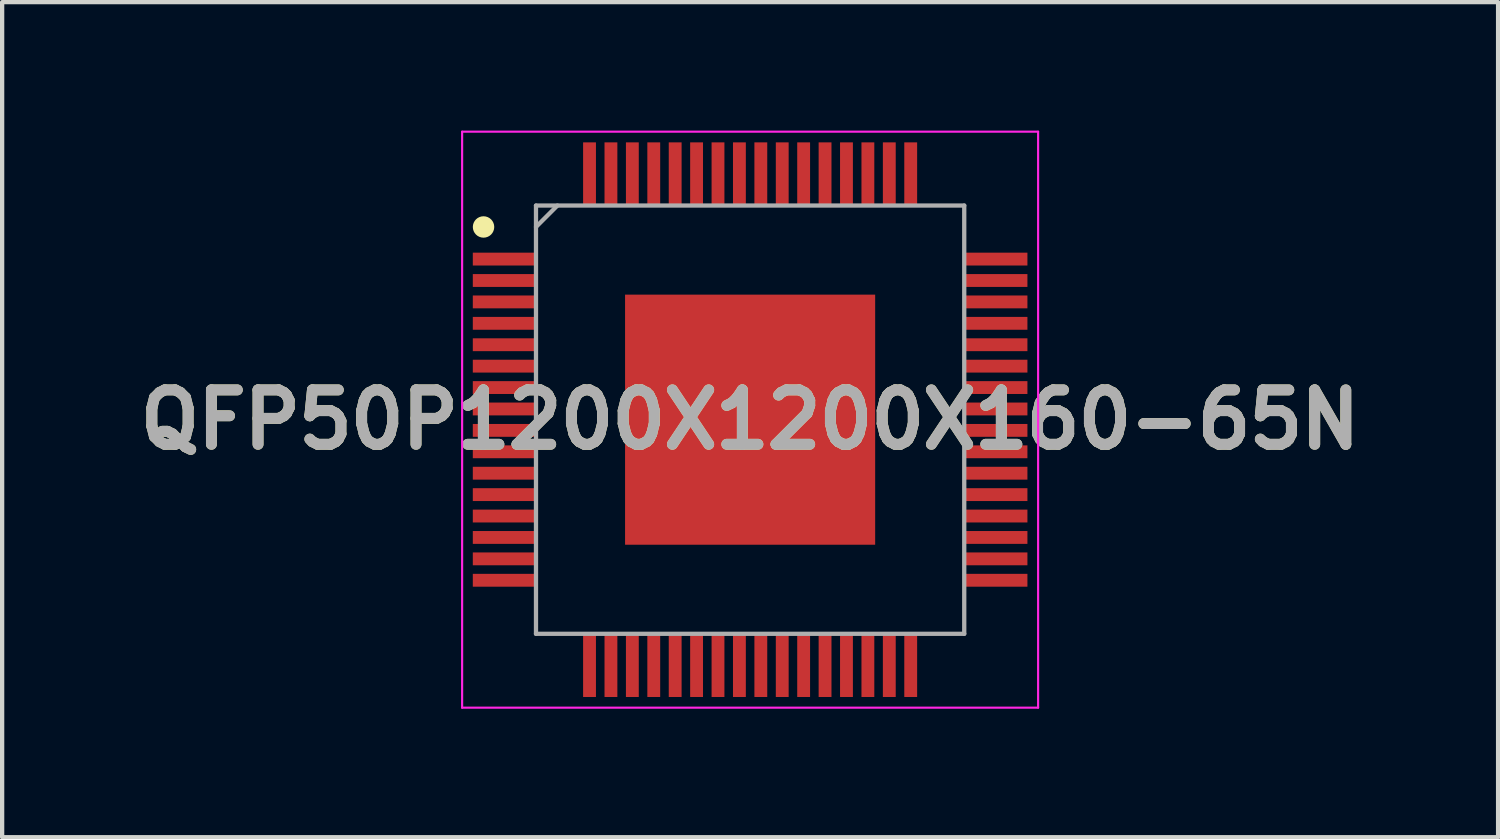
<source format=kicad_pcb>
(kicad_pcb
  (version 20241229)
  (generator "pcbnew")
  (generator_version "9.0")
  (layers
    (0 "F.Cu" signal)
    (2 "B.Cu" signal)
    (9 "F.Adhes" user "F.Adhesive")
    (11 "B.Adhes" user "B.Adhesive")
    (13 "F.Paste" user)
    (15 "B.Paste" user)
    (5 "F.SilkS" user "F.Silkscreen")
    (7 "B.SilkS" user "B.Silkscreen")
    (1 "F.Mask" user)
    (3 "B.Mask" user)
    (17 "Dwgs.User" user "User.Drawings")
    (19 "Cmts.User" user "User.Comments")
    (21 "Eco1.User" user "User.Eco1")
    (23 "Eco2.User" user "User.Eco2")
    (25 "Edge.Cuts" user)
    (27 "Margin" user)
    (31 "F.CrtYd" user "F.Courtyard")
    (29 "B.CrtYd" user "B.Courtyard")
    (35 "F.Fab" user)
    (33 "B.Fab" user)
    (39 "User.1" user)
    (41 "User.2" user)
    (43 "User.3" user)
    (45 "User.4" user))
  (footprint "QFP50P1200X1200X160-65N"
    (layer "F.Cu")
    (at 14.466 6.75)
    (property "Reference" "QFP50P1200X1200X160-65N" (at 0 0 0) (layer "F.SilkS") (effects (font (size 1.27 1.27) (thickness 0.254))))
    (attr smd)
    (fp_circle (center -6.225 -4.5) (end -6.225 -4.375) (stroke (width 0.25) (type solid)) (fill no) (layer "F.SilkS"))
    (fp_line (start -6.725 -6.725) (end 6.725 -6.725) (stroke (width 0.05) (type solid)) (layer "F.CrtYd"))
    (fp_line (start -6.725 6.725) (end -6.725 -6.725) (stroke (width 0.05) (type solid)) (layer "F.CrtYd"))
    (fp_line (start 6.725 -6.725) (end 6.725 6.725) (stroke (width 0.05) (type solid)) (layer "F.CrtYd"))
    (fp_line (start 6.725 6.725) (end -6.725 6.725) (stroke (width 0.05) (type solid)) (layer "F.CrtYd"))
    (fp_line (start -5 -5) (end 5 -5) (stroke (width 0.1) (type solid)) (layer "F.Fab"))
    (fp_line (start -5 -4.5) (end -4.5 -5) (stroke (width 0.1) (type solid)) (layer "F.Fab"))
    (fp_line (start -5 5) (end -5 -5) (stroke (width 0.1) (type solid)) (layer "F.Fab"))
    (fp_line (start 5 -5) (end 5 5) (stroke (width 0.1) (type solid)) (layer "F.Fab"))
    (fp_line (start 5 5) (end -5 5) (stroke (width 0.1) (type solid)) (layer "F.Fab"))
    (fp_text user "${REFERENCE}" (at 0 0 0) (layer "F.Fab") (effects (font (size 1.27 1.27) (thickness 0.254))))
    (pad "1" smd rect (at -5.738 -3.75 90) (size 0.3 1.475) (layers "F.Cu" "F.Mask" "F.Paste"))
    (pad "2" smd rect (at -5.738 -3.25 90) (size 0.3 1.475) (layers "F.Cu" "F.Mask" "F.Paste"))
    (pad "3" smd rect (at -5.738 -2.75 90) (size 0.3 1.475) (layers "F.Cu" "F.Mask" "F.Paste"))
    (pad "4" smd rect (at -5.738 -2.25 90) (size 0.3 1.475) (layers "F.Cu" "F.Mask" "F.Paste"))
    (pad "5" smd rect (at -5.738 -1.75 90) (size 0.3 1.475) (layers "F.Cu" "F.Mask" "F.Paste"))
    (pad "6" smd rect (at -5.738 -1.25 90) (size 0.3 1.475) (layers "F.Cu" "F.Mask" "F.Paste"))
    (pad "7" smd rect (at -5.738 -0.75 90) (size 0.3 1.475) (layers "F.Cu" "F.Mask" "F.Paste"))
    (pad "8" smd rect (at -5.738 -0.25 90) (size 0.3 1.475) (layers "F.Cu" "F.Mask" "F.Paste"))
    (pad "9" smd rect (at -5.738 0.25 90) (size 0.3 1.475) (layers "F.Cu" "F.Mask" "F.Paste"))
    (pad "10" smd rect (at -5.738 0.75 90) (size 0.3 1.475) (layers "F.Cu" "F.Mask" "F.Paste"))
    (pad "11" smd rect (at -5.738 1.25 90) (size 0.3 1.475) (layers "F.Cu" "F.Mask" "F.Paste"))
    (pad "12" smd rect (at -5.738 1.75 90) (size 0.3 1.475) (layers "F.Cu" "F.Mask" "F.Paste"))
    (pad "13" smd rect (at -5.738 2.25 90) (size 0.3 1.475) (layers "F.Cu" "F.Mask" "F.Paste"))
    (pad "14" smd rect (at -5.738 2.75 90) (size 0.3 1.475) (layers "F.Cu" "F.Mask" "F.Paste"))
    (pad "15" smd rect (at -5.738 3.25 90) (size 0.3 1.475) (layers "F.Cu" "F.Mask" "F.Paste"))
    (pad "16" smd rect (at -5.738 3.75 90) (size 0.3 1.475) (layers "F.Cu" "F.Mask" "F.Paste"))
    (pad "17" smd rect (at -3.75 5.738) (size 0.3 1.475) (layers "F.Cu" "F.Mask" "F.Paste"))
    (pad "18" smd rect (at -3.25 5.738) (size 0.3 1.475) (layers "F.Cu" "F.Mask" "F.Paste"))
    (pad "19" smd rect (at -2.75 5.738) (size 0.3 1.475) (layers "F.Cu" "F.Mask" "F.Paste"))
    (pad "20" smd rect (at -2.25 5.738) (size 0.3 1.475) (layers "F.Cu" "F.Mask" "F.Paste"))
    (pad "21" smd rect (at -1.75 5.738) (size 0.3 1.475) (layers "F.Cu" "F.Mask" "F.Paste"))
    (pad "22" smd rect (at -1.25 5.738) (size 0.3 1.475) (layers "F.Cu" "F.Mask" "F.Paste"))
    (pad "23" smd rect (at -0.75 5.738) (size 0.3 1.475) (layers "F.Cu" "F.Mask" "F.Paste"))
    (pad "24" smd rect (at -0.25 5.738) (size 0.3 1.475) (layers "F.Cu" "F.Mask" "F.Paste"))
    (pad "25" smd rect (at 0.25 5.738) (size 0.3 1.475) (layers "F.Cu" "F.Mask" "F.Paste"))
    (pad "26" smd rect (at 0.75 5.738) (size 0.3 1.475) (layers "F.Cu" "F.Mask" "F.Paste"))
    (pad "27" smd rect (at 1.25 5.738) (size 0.3 1.475) (layers "F.Cu" "F.Mask" "F.Paste"))
    (pad "28" smd rect (at 1.75 5.738) (size 0.3 1.475) (layers "F.Cu" "F.Mask" "F.Paste"))
    (pad "29" smd rect (at 2.25 5.738) (size 0.3 1.475) (layers "F.Cu" "F.Mask" "F.Paste"))
    (pad "30" smd rect (at 2.75 5.738) (size 0.3 1.475) (layers "F.Cu" "F.Mask" "F.Paste"))
    (pad "31" smd rect (at 3.25 5.738) (size 0.3 1.475) (layers "F.Cu" "F.Mask" "F.Paste"))
    (pad "32" smd rect (at 3.75 5.738) (size 0.3 1.475) (layers "F.Cu" "F.Mask" "F.Paste"))
    (pad "33" smd rect (at 5.738 3.75 90) (size 0.3 1.475) (layers "F.Cu" "F.Mask" "F.Paste"))
    (pad "34" smd rect (at 5.738 3.25 90) (size 0.3 1.475) (layers "F.Cu" "F.Mask" "F.Paste"))
    (pad "35" smd rect (at 5.738 2.75 90) (size 0.3 1.475) (layers "F.Cu" "F.Mask" "F.Paste"))
    (pad "36" smd rect (at 5.738 2.25 90) (size 0.3 1.475) (layers "F.Cu" "F.Mask" "F.Paste"))
    (pad "37" smd rect (at 5.738 1.75 90) (size 0.3 1.475) (layers "F.Cu" "F.Mask" "F.Paste"))
    (pad "38" smd rect (at 5.738 1.25 90) (size 0.3 1.475) (layers "F.Cu" "F.Mask" "F.Paste"))
    (pad "39" smd rect (at 5.738 0.75 90) (size 0.3 1.475) (layers "F.Cu" "F.Mask" "F.Paste"))
    (pad "40" smd rect (at 5.738 0.25 90) (size 0.3 1.475) (layers "F.Cu" "F.Mask" "F.Paste"))
    (pad "41" smd rect (at 5.738 -0.25 90) (size 0.3 1.475) (layers "F.Cu" "F.Mask" "F.Paste"))
    (pad "42" smd rect (at 5.738 -0.75 90) (size 0.3 1.475) (layers "F.Cu" "F.Mask" "F.Paste"))
    (pad "43" smd rect (at 5.738 -1.25 90) (size 0.3 1.475) (layers "F.Cu" "F.Mask" "F.Paste"))
    (pad "44" smd rect (at 5.738 -1.75 90) (size 0.3 1.475) (layers "F.Cu" "F.Mask" "F.Paste"))
    (pad "45" smd rect (at 5.738 -2.25 90) (size 0.3 1.475) (layers "F.Cu" "F.Mask" "F.Paste"))
    (pad "46" smd rect (at 5.738 -2.75 90) (size 0.3 1.475) (layers "F.Cu" "F.Mask" "F.Paste"))
    (pad "47" smd rect (at 5.738 -3.25 90) (size 0.3 1.475) (layers "F.Cu" "F.Mask" "F.Paste"))
    (pad "48" smd rect (at 5.738 -3.75 90) (size 0.3 1.475) (layers "F.Cu" "F.Mask" "F.Paste"))
    (pad "49" smd rect (at 3.75 -5.738) (size 0.3 1.475) (layers "F.Cu" "F.Mask" "F.Paste"))
    (pad "50" smd rect (at 3.25 -5.738) (size 0.3 1.475) (layers "F.Cu" "F.Mask" "F.Paste"))
    (pad "51" smd rect (at 2.75 -5.738) (size 0.3 1.475) (layers "F.Cu" "F.Mask" "F.Paste"))
    (pad "52" smd rect (at 2.25 -5.738) (size 0.3 1.475) (layers "F.Cu" "F.Mask" "F.Paste"))
    (pad "53" smd rect (at 1.75 -5.738) (size 0.3 1.475) (layers "F.Cu" "F.Mask" "F.Paste"))
    (pad "54" smd rect (at 1.25 -5.738) (size 0.3 1.475) (layers "F.Cu" "F.Mask" "F.Paste"))
    (pad "55" smd rect (at 0.75 -5.738) (size 0.3 1.475) (layers "F.Cu" "F.Mask" "F.Paste"))
    (pad "56" smd rect (at 0.25 -5.738) (size 0.3 1.475) (layers "F.Cu" "F.Mask" "F.Paste"))
    (pad "57" smd rect (at -0.25 -5.738) (size 0.3 1.475) (layers "F.Cu" "F.Mask" "F.Paste"))
    (pad "58" smd rect (at -0.75 -5.738) (size 0.3 1.475) (layers "F.Cu" "F.Mask" "F.Paste"))
    (pad "59" smd rect (at -1.25 -5.738) (size 0.3 1.475) (layers "F.Cu" "F.Mask" "F.Paste"))
    (pad "60" smd rect (at -1.75 -5.738) (size 0.3 1.475) (layers "F.Cu" "F.Mask" "F.Paste"))
    (pad "61" smd rect (at -2.25 -5.738) (size 0.3 1.475) (layers "F.Cu" "F.Mask" "F.Paste"))
    (pad "62" smd rect (at -2.75 -5.738) (size 0.3 1.475) (layers "F.Cu" "F.Mask" "F.Paste"))
    (pad "63" smd rect (at -3.25 -5.738) (size 0.3 1.475) (layers "F.Cu" "F.Mask" "F.Paste"))
    (pad "64" smd rect (at -3.75 -5.738) (size 0.3 1.475) (layers "F.Cu" "F.Mask" "F.Paste"))
    (pad "65" smd rect (at 0 0) (size 5.84 5.84) (layers "F.Cu" "F.Mask" "F.Paste")))
  (gr_rect
    (start -3 -3)
    (end 31.932 16.5)
    (stroke (width 0.1) (type default))
    (fill no)
    (layer "Edge.Cuts")))
</source>
